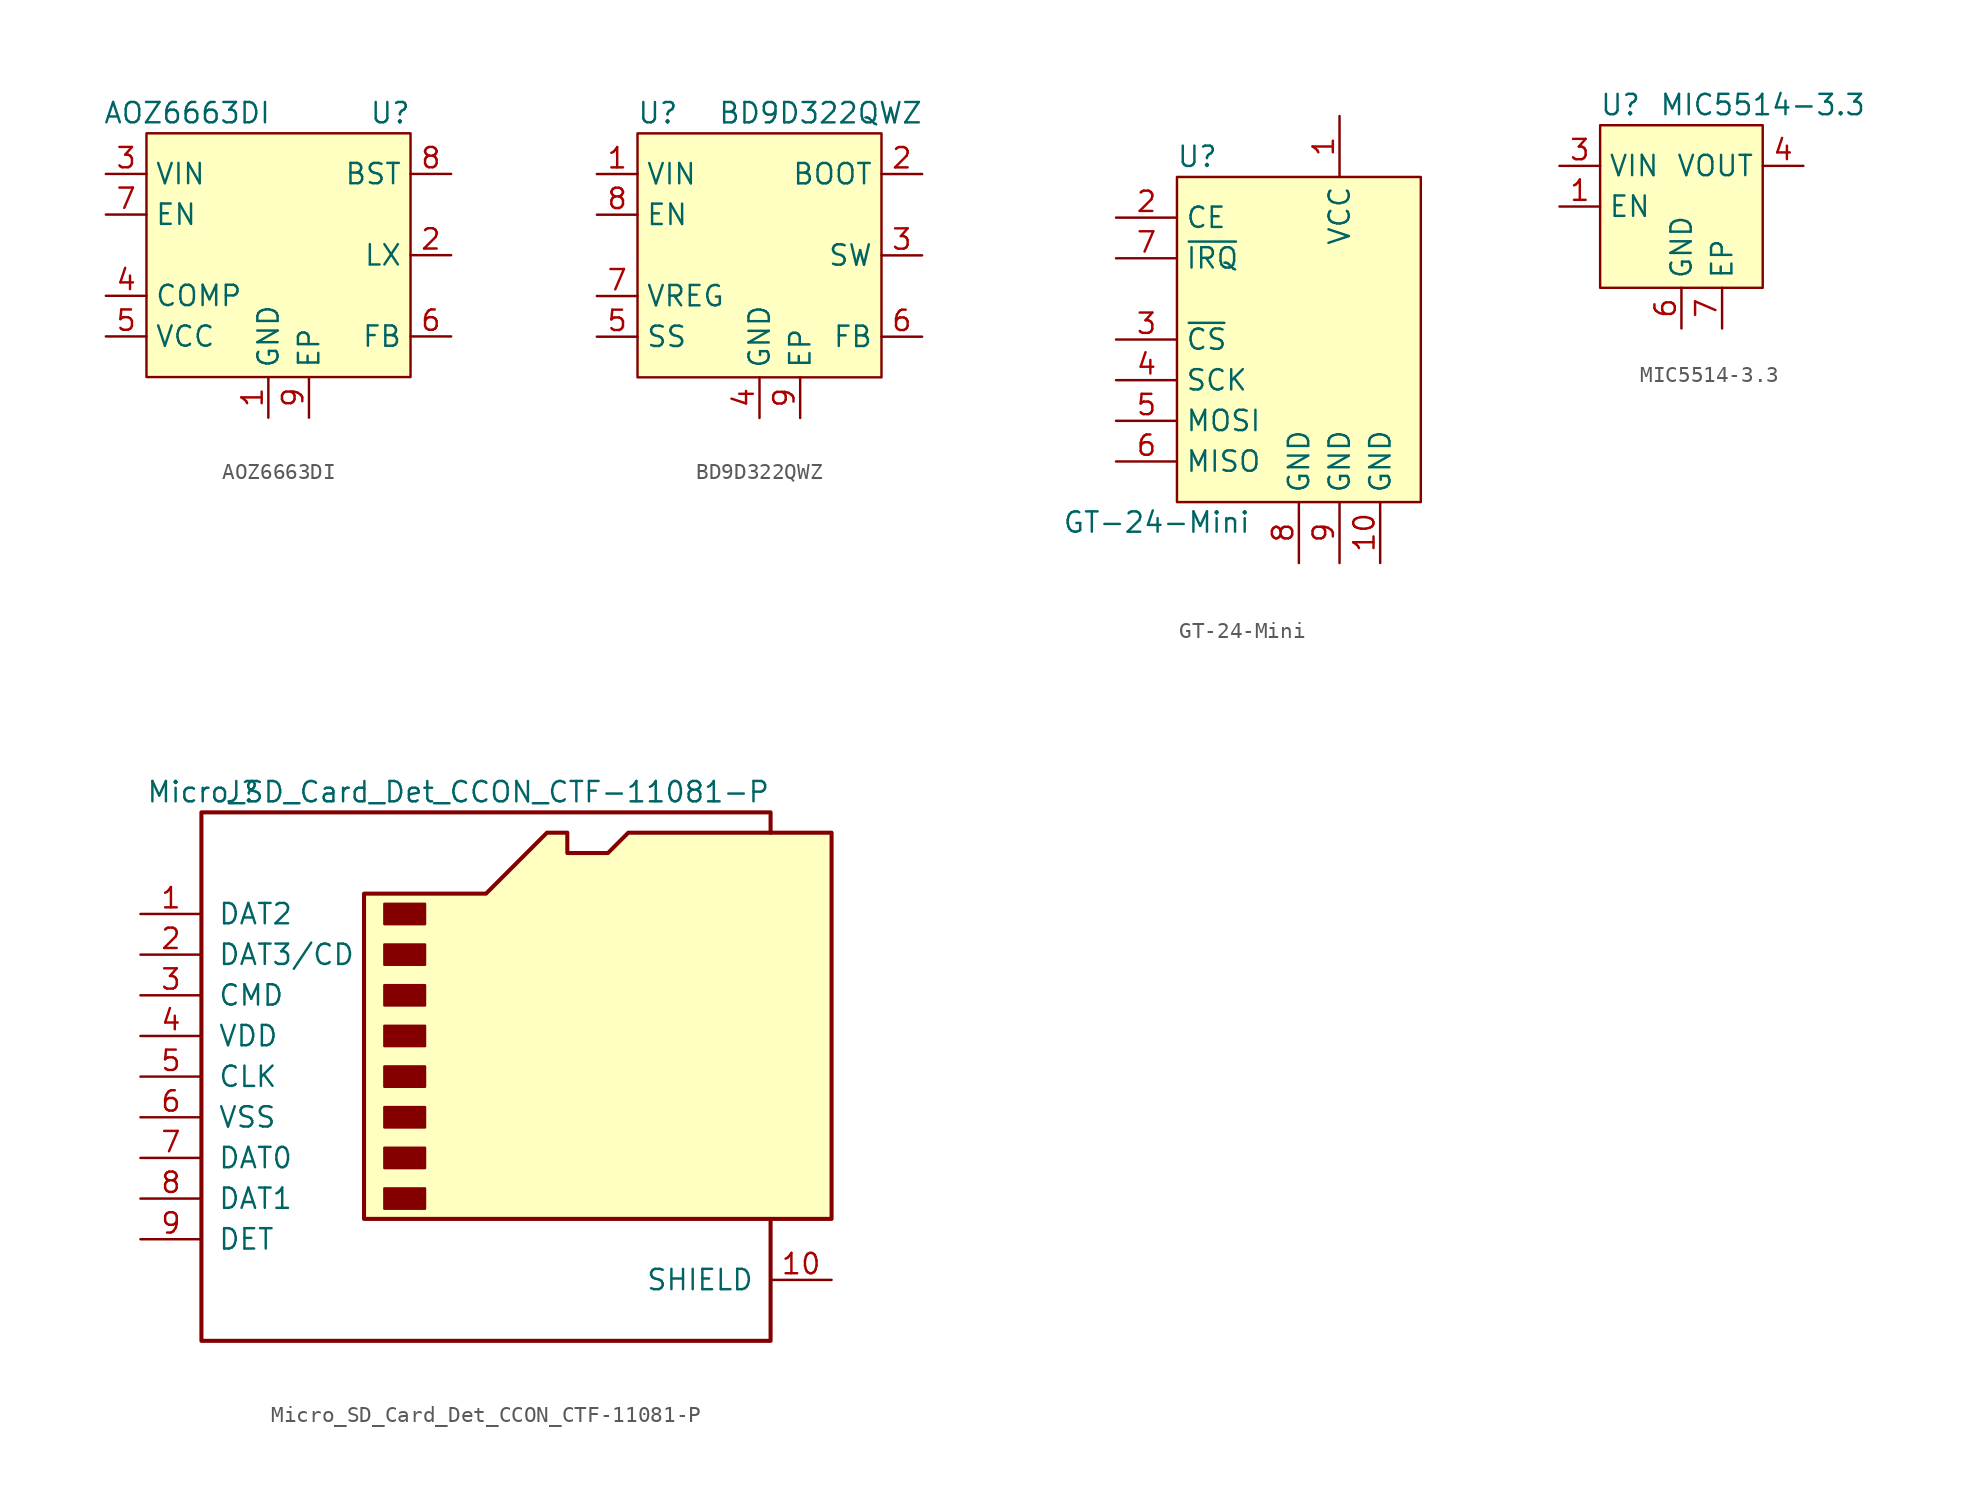
<source format=kicad_sym>
(kicad_symbol_lib
  (version 20210619)
  (generator kicad_symbol_editor)
  (symbol "flightcontroller-symbols:AOZ6663DI"
    (property "Reference" "U"
      (at 7.62 8.89 0)
      (effects (font (size 1.27 1.27))))
    (property "Value" "AOZ6663DI"
      (at -5.08 8.89 0)
      (effects (font (size 1.27 1.27))))
    (symbol "AOZ6663DI_0_1"
      (rectangle (start -7.62 7.62) (end 8.89 -7.62) (stroke (width 0.152)) (fill (type background))))
    (symbol "AOZ6663DI_1_1"
      (pin power_in line (at 0 -10.16 90) (length 2.54) (name "GND" (effects (font (size 1.27 1.27)))) (number "1" (effects (font (size 1.27 1.27)))))
      (pin output line (at 11.43 0 180) (length 2.54) (name "LX" (effects (font (size 1.27 1.27)))) (number "2" (effects (font (size 1.27 1.27)))))
      (pin power_in line (at -10.16 5.08 0) (length 2.54) (name "VIN" (effects (font (size 1.27 1.27)))) (number "3" (effects (font (size 1.27 1.27)))))
      (pin passive line (at -10.16 -2.54 0) (length 2.54) (name "COMP" (effects (font (size 1.27 1.27)))) (number "4" (effects (font (size 1.27 1.27)))))
      (pin power_out line (at -10.16 -5.08 0) (length 2.54) (name "VCC" (effects (font (size 1.27 1.27)))) (number "5" (effects (font (size 1.27 1.27)))))
      (pin input line (at 11.43 -5.08 180) (length 2.54) (name "FB" (effects (font (size 1.27 1.27)))) (number "6" (effects (font (size 1.27 1.27)))))
      (pin input line (at -10.16 2.54 0) (length 2.54) (name "EN" (effects (font (size 1.27 1.27)))) (number "7" (effects (font (size 1.27 1.27)))))
      (pin input line (at 11.43 5.08 180) (length 2.54) (name "BST" (effects (font (size 1.27 1.27)))) (number "8" (effects (font (size 1.27 1.27)))))
      (pin power_in line (at 2.54 -10.16 90) (length 2.54) (name "EP" (effects (font (size 1.27 1.27)))) (number "9" (effects (font (size 1.27 1.27)))))))
  (symbol "flightcontroller-symbols:BD9D322QWZ"
    (property "Reference" "U"
      (at -6.35 8.89 0)
      (effects (font (size 1.27 1.27))))
    (property "Value" "BD9D322QWZ"
      (at 3.81 8.89 0)
      (effects (font (size 1.27 1.27))))
    (symbol "BD9D322QWZ_0_1"
      (rectangle (start -7.62 7.62) (end 7.62 -7.62) (stroke (width 0.152)) (fill (type background))))
    (symbol "BD9D322QWZ_1_1"
      (pin power_in line (at -10.16 5.08 0) (length 2.54) (name "VIN" (effects (font (size 1.27 1.27)))) (number "1" (effects (font (size 1.27 1.27)))))
      (pin passive line (at 10.16 5.08 180) (length 2.54) (name "BOOT" (effects (font (size 1.27 1.27)))) (number "2" (effects (font (size 1.27 1.27)))))
      (pin output line (at 10.16 0 180) (length 2.54) (name "SW" (effects (font (size 1.27 1.27)))) (number "3" (effects (font (size 1.27 1.27)))))
      (pin power_in line (at 0 -10.16 90) (length 2.54) (name "GND" (effects (font (size 1.27 1.27)))) (number "4" (effects (font (size 1.27 1.27)))))
      (pin passive line (at -10.16 -5.08 0) (length 2.54) (name "SS" (effects (font (size 1.27 1.27)))) (number "5" (effects (font (size 1.27 1.27)))))
      (pin input line (at 10.16 -5.08 180) (length 2.54) (name "FB" (effects (font (size 1.27 1.27)))) (number "6" (effects (font (size 1.27 1.27)))))
      (pin power_out line (at -10.16 -2.54 0) (length 2.54) (name "VREG" (effects (font (size 1.27 1.27)))) (number "7" (effects (font (size 1.27 1.27)))))
      (pin input line (at -10.16 2.54 0) (length 2.54) (name "EN" (effects (font (size 1.27 1.27)))) (number "8" (effects (font (size 1.27 1.27)))))
      (pin input line (at 2.54 -10.16 90) (length 2.54) (name "EP" (effects (font (size 1.27 1.27)))) (number "9" (effects (font (size 1.27 1.27)))))))
  (symbol "flightcontroller-symbols:GT-24-Mini"
    (property "Reference" "U"
      (at -6.35 11.43 0)
      (effects (font (size 1.27 1.27))))
    (property "Value" "GT-24-Mini"
      (at -8.89 -11.43 0)
      (effects (font (size 1.27 1.27))))
    (symbol "GT-24-Mini_0_1"
      (rectangle (start -7.62 10.16) (end 7.62 -10.16) (stroke (width 0.152)) (fill (type background))))
    (symbol "GT-24-Mini_1_1"
      (pin power_in line (at 2.54 13.97 270) (length 3.81) (name "VCC" (effects (font (size 1.27 1.27)))) (number "1" (effects (font (size 1.27 1.27)))))
      (pin power_in line (at 5.08 -13.97 90) (length 3.81) (name "GND" (effects (font (size 1.27 1.27)))) (number "10" (effects (font (size 1.27 1.27)))))
      (pin input line (at -11.43 7.62 0) (length 3.81) (name "CE" (effects (font (size 1.27 1.27)))) (number "2" (effects (font (size 1.27 1.27)))))
      (pin input line (at -11.43 0 0) (length 3.81) (name "~{CS}" (effects (font (size 1.27 1.27)))) (number "3" (effects (font (size 1.27 1.27)))))
      (pin input line (at -11.43 -2.54 0) (length 3.81) (name "SCK" (effects (font (size 1.27 1.27)))) (number "4" (effects (font (size 1.27 1.27)))))
      (pin input line (at -11.43 -5.08 0) (length 3.81) (name "MOSI" (effects (font (size 1.27 1.27)))) (number "5" (effects (font (size 1.27 1.27)))))
      (pin output line (at -11.43 -7.62 0) (length 3.81) (name "MISO" (effects (font (size 1.27 1.27)))) (number "6" (effects (font (size 1.27 1.27)))))
      (pin input line (at -11.43 5.08 0) (length 3.81) (name "~{IRQ}" (effects (font (size 1.27 1.27)))) (number "7" (effects (font (size 1.27 1.27)))))
      (pin power_in line (at 0 -13.97 90) (length 3.81) (name "GND" (effects (font (size 1.27 1.27)))) (number "8" (effects (font (size 1.27 1.27)))))
      (pin power_in line (at 2.54 -13.97 90) (length 3.81) (name "GND" (effects (font (size 1.27 1.27)))) (number "9" (effects (font (size 1.27 1.27)))))))
  (symbol "flightcontroller-symbols:MIC5514-3.3"
    (property "Reference" "U"
      (at -3.81 6.35 0)
      (effects (font (size 1.27 1.27))))
    (property "Value" "MIC5514-3.3"
      (at 5.08 6.35 0)
      (effects (font (size 1.27 1.27))))
    (symbol "MIC5514-3.3_0_1"
      (rectangle (start -5.08 5.08) (end 5.08 -5.08) (stroke (width 0.152)) (fill (type background))))
    (symbol "MIC5514-3.3_1_1"
      (pin input line (at -7.62 0 0) (length 2.54) (name "EN" (effects (font (size 1.27 1.27)))) (number "1" (effects (font (size 1.27 1.27)))))
      (pin no_connect line (at 7.62 0 180) (length 2.54) hide (name "NC" (effects (font (size 1.27 1.27)))) (number "2" (effects (font (size 1.27 1.27)))))
      (pin power_in line (at -7.62 2.54 0) (length 2.54) (name "VIN" (effects (font (size 1.27 1.27)))) (number "3" (effects (font (size 1.27 1.27)))))
      (pin power_out line (at 7.62 2.54 180) (length 2.54) (name "VOUT" (effects (font (size 1.27 1.27)))) (number "4" (effects (font (size 1.27 1.27)))))
      (pin no_connect line (at 7.62 0 180) (length 2.54) hide (name "NC" (effects (font (size 1.27 1.27)))) (number "5" (effects (font (size 1.27 1.27)))))
      (pin power_in line (at 0 -7.62 90) (length 2.54) (name "GND" (effects (font (size 1.27 1.27)))) (number "6" (effects (font (size 1.27 1.27)))))
      (pin passive line (at 2.54 -7.62 90) (length 2.54) (name "EP" (effects (font (size 1.27 1.27)))) (number "7" (effects (font (size 1.27 1.27)))))))
  (symbol "flightcontroller-symbols:Micro_SD_Card_Det_CCON_CTF-11081-P"
    (pin_names
      (offset 1.016))
    (property "Reference" "J"
      (at -16.51 17.78 0)
      (effects (font (size 1.27 1.27))))
    (property "Value" "Micro_SD_Card_Det_CCON_CTF-11081-P"
      (at 16.51 17.78 0)
      (effects (font (size 1.27 1.27)) (justify right)))
    (symbol "Micro_SD_Card_Det_CCON_CTF-11081-P_0_1"
      (rectangle (start -7.62 -6.985) (end -5.08 -8.255) (stroke (width 0)) (fill (type outline)))
      (rectangle (start -7.62 -4.445) (end -5.08 -5.715) (stroke (width 0)) (fill (type outline)))
      (rectangle (start -7.62 -1.905) (end -5.08 -3.175) (stroke (width 0)) (fill (type outline)))
      (rectangle (start -7.62 0.635) (end -5.08 -0.635) (stroke (width 0)) (fill (type outline)))
      (rectangle (start -7.62 3.175) (end -5.08 1.905) (stroke (width 0)) (fill (type outline)))
      (rectangle (start -7.62 5.715) (end -5.08 4.445) (stroke (width 0)) (fill (type outline)))
      (rectangle (start -7.62 8.255) (end -5.08 6.985) (stroke (width 0)) (fill (type outline)))
      (rectangle (start -7.62 10.795) (end -5.08 9.525) (stroke (width 0)) (fill (type outline)))
      (polyline (pts (xy 16.51 15.24) (xy 16.51 16.51) (xy -19.05 16.51) (xy -19.05 -16.51) (xy 16.51 -16.51) (xy 16.51 -8.89)) (stroke (width 0.254)) (fill (type none)))
      (polyline (pts (xy -8.89 -8.89) (xy -8.89 11.43) (xy -1.27 11.43) (xy 2.54 15.24) (xy 3.81 15.24) (xy 3.81 13.97) (xy 6.35 13.97) (xy 7.62 15.24) (xy 20.32 15.24) (xy 20.32 -8.89) (xy -8.89 -8.89)) (stroke (width 0.254)) (fill (type background))))
    (symbol "Micro_SD_Card_Det_CCON_CTF-11081-P_1_1"
      (pin bidirectional line (at -22.86 10.16 0) (length 3.81) (name "DAT2" (effects (font (size 1.27 1.27)))) (number "1" (effects (font (size 1.27 1.27)))))
      (pin passive line (at 20.32 -12.7 180) (length 3.81) (name "SHIELD" (effects (font (size 1.27 1.27)))) (number "10" (effects (font (size 1.27 1.27)))))
      (pin bidirectional line (at -22.86 7.62 0) (length 3.81) (name "DAT3/CD" (effects (font (size 1.27 1.27)))) (number "2" (effects (font (size 1.27 1.27)))))
      (pin input line (at -22.86 5.08 0) (length 3.81) (name "CMD" (effects (font (size 1.27 1.27)))) (number "3" (effects (font (size 1.27 1.27)))))
      (pin power_in line (at -22.86 2.54 0) (length 3.81) (name "VDD" (effects (font (size 1.27 1.27)))) (number "4" (effects (font (size 1.27 1.27)))))
      (pin input line (at -22.86 0 0) (length 3.81) (name "CLK" (effects (font (size 1.27 1.27)))) (number "5" (effects (font (size 1.27 1.27)))))
      (pin power_in line (at -22.86 -2.54 0) (length 3.81) (name "VSS" (effects (font (size 1.27 1.27)))) (number "6" (effects (font (size 1.27 1.27)))))
      (pin bidirectional line (at -22.86 -5.08 0) (length 3.81) (name "DAT0" (effects (font (size 1.27 1.27)))) (number "7" (effects (font (size 1.27 1.27)))))
      (pin bidirectional line (at -22.86 -7.62 0) (length 3.81) (name "DAT1" (effects (font (size 1.27 1.27)))) (number "8" (effects (font (size 1.27 1.27)))))
      (pin passive line (at -22.86 -10.16 0) (length 3.81) (name "DET" (effects (font (size 1.27 1.27)))) (number "9" (effects (font (size 1.27 1.27))))))))
</source>
